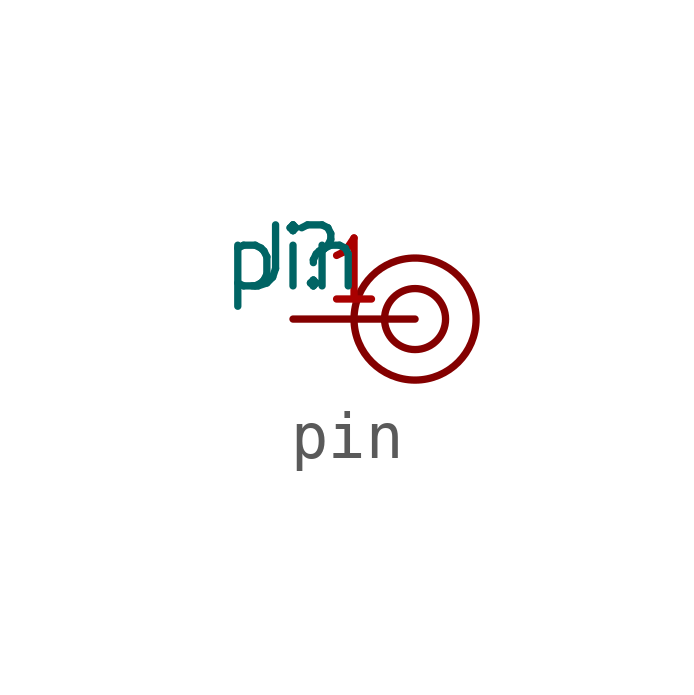
<source format=kicad_sym>
(kicad_symbol_lib
  (version 20211014)
  (generator kicad_symbol_editor)
  (symbol "pin"
    (pin_names
      (offset 1.016))
    (property "Reference" "J"
      (at 0 0 0)
      (effects (font (size 1.27 1.27))))
    (property "Value" "pin"
      (at 0 0 0)
      (effects (font (size 1.27 1.27))))
    (symbol "pin_0_1"
      (circle (center 2.54 -1.27) (radius 0.635) (stroke (width 0) (type default) (color 0 0 0 0)) (fill (type none)))
      (circle (center 2.54 -1.27) (radius 1.27) (stroke (width 0) (type default) (color 0 0 0 0)) (fill (type none))))
    (symbol "pin_1_1"
      (pin bidirectional line (at 0 -1.27 0) (length 2.54) (name "~" (effects (font (size 1.27 1.27)))) (number "1" (effects (font (size 1.27 1.27))))))))
</source>
